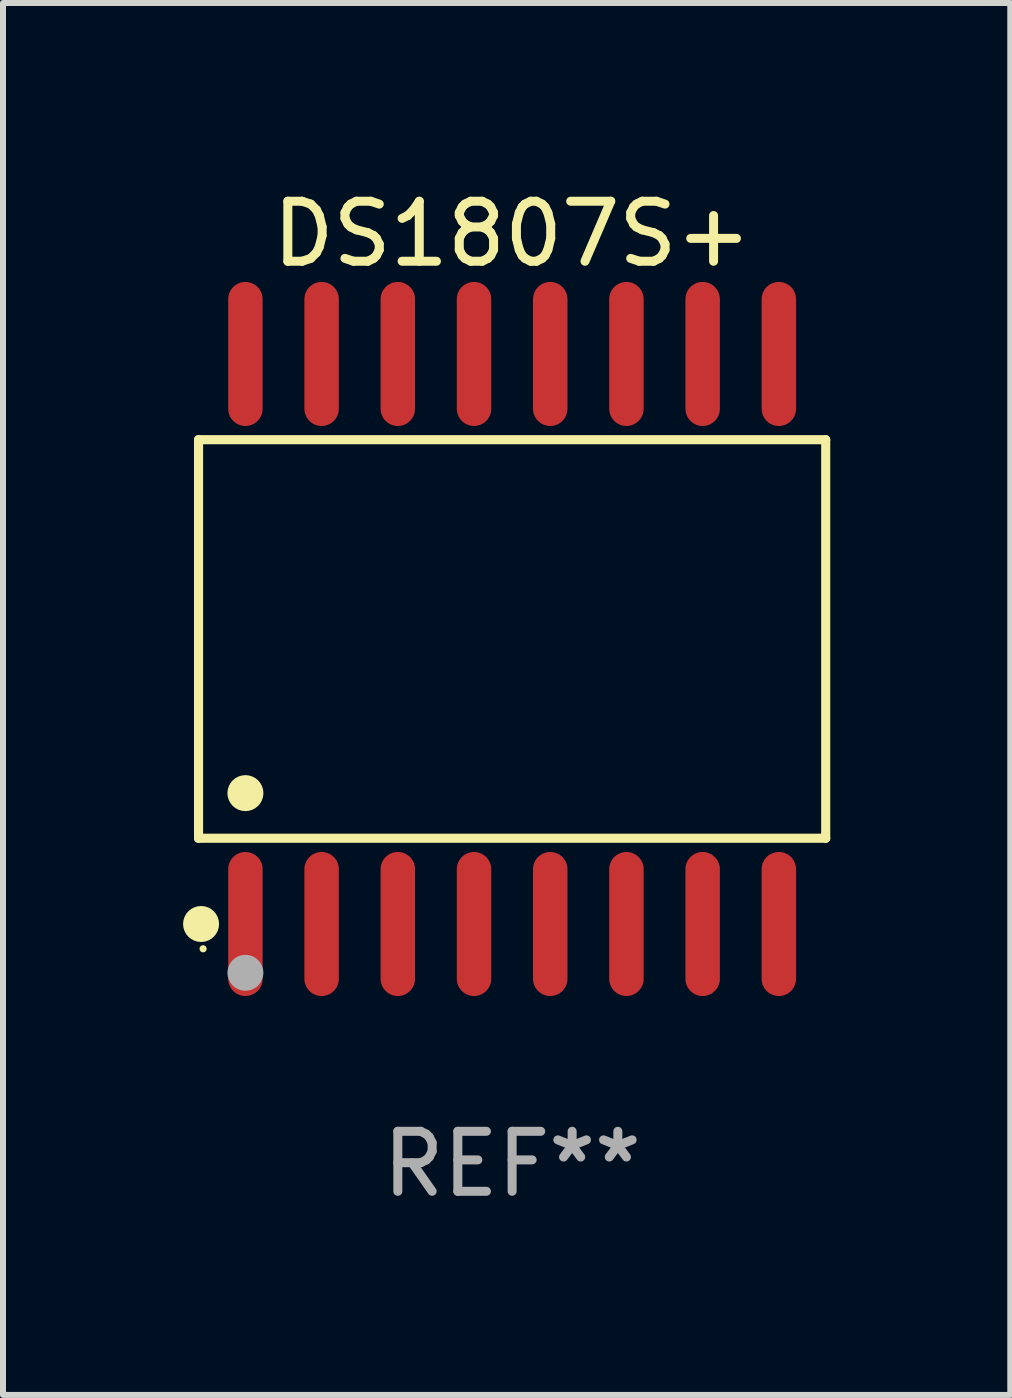
<source format=kicad_pcb>
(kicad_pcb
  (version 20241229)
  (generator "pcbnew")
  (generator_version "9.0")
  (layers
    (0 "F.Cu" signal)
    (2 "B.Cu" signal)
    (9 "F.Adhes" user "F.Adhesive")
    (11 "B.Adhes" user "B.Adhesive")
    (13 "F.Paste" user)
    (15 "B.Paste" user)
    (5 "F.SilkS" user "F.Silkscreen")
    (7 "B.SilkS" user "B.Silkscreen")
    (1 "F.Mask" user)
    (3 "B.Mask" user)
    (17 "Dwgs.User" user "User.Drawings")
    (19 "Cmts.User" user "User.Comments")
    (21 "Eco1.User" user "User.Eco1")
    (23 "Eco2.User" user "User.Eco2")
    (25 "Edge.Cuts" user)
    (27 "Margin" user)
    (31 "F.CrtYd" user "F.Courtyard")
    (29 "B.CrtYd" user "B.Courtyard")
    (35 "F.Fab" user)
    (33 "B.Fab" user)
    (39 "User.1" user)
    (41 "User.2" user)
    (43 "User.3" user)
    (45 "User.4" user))
  (footprint "DS1807S+"
    (layer "F.Cu")
    (at 5.485 7.599)
    (property "Reference" "DS1807S+" (at 0 -6.75 0) (layer "F.SilkS") (effects (font (size 1 1) (thickness 0.15))))
    (attr through_hole)
    (fp_line (start -5.226 -3.321) (end 5.226 -3.321) (stroke (width 0.152) (type solid)) (layer "F.SilkS"))
    (fp_line (start -5.226 3.321) (end -5.226 -3.321) (stroke (width 0.152) (type solid)) (layer "F.SilkS"))
    (fp_line (start 5.226 -3.321) (end 5.226 3.321) (stroke (width 0.152) (type solid)) (layer "F.SilkS"))
    (fp_line (start 5.226 3.321) (end -5.226 3.321) (stroke (width 0.152) (type solid)) (layer "F.SilkS"))
    (fp_circle (center -5.184 4.75) (end -5.034 4.75) (stroke (width 0.3) (type solid)) (fill no) (layer "F.SilkS"))
    (fp_circle (center -5.15 5.163) (end -5.12 5.163) (stroke (width 0.06) (type solid)) (fill no) (layer "F.SilkS"))
    (fp_circle (center -4.445 2.569) (end -4.295 2.569) (stroke (width 0.3) (type solid)) (fill no) (layer "F.SilkS"))
    (fp_circle (center -4.445 5.563) (end -4.295 5.563) (stroke (width 0.3) (type solid)) (fill no) (layer "F.Fab"))
    (fp_text user "REF**" (at 0 8.75 0) (layer "F.Fab") (effects (font (size 1 1) (thickness 0.15))))
    (pad "1" smd oval (at -4.445 4.75) (size 0.574 2.401) (layers "F.Cu" "F.Mask" "F.Paste"))
    (pad "2" smd oval (at -3.175 4.75) (size 0.574 2.401) (layers "F.Cu" "F.Mask" "F.Paste"))
    (pad "3" smd oval (at -1.905 4.75) (size 0.574 2.401) (layers "F.Cu" "F.Mask" "F.Paste"))
    (pad "4" smd oval (at -0.635 4.75) (size 0.574 2.401) (layers "F.Cu" "F.Mask" "F.Paste"))
    (pad "5" smd oval (at 0.635 4.75) (size 0.574 2.401) (layers "F.Cu" "F.Mask" "F.Paste"))
    (pad "6" smd oval (at 1.905 4.75) (size 0.574 2.401) (layers "F.Cu" "F.Mask" "F.Paste"))
    (pad "7" smd oval (at 3.175 4.75) (size 0.574 2.401) (layers "F.Cu" "F.Mask" "F.Paste"))
    (pad "8" smd oval (at 4.445 4.75) (size 0.574 2.401) (layers "F.Cu" "F.Mask" "F.Paste"))
    (pad "9" smd oval (at 4.445 -4.75) (size 0.574 2.401) (layers "F.Cu" "F.Mask" "F.Paste"))
    (pad "10" smd oval (at 3.175 -4.75) (size 0.574 2.401) (layers "F.Cu" "F.Mask" "F.Paste"))
    (pad "11" smd oval (at 1.905 -4.75) (size 0.574 2.401) (layers "F.Cu" "F.Mask" "F.Paste"))
    (pad "12" smd oval (at 0.635 -4.75) (size 0.574 2.401) (layers "F.Cu" "F.Mask" "F.Paste"))
    (pad "13" smd oval (at -0.635 -4.75) (size 0.574 2.401) (layers "F.Cu" "F.Mask" "F.Paste"))
    (pad "14" smd oval (at -1.905 -4.75) (size 0.574 2.401) (layers "F.Cu" "F.Mask" "F.Paste"))
    (pad "15" smd oval (at -3.175 -4.75) (size 0.574 2.401) (layers "F.Cu" "F.Mask" "F.Paste"))
    (pad "16" smd oval (at -4.445 -4.75) (size 0.574 2.401) (layers "F.Cu" "F.Mask" "F.Paste")))
  (gr_rect
    (start -3 -3)
    (end 13.787 20.197)
    (stroke (width 0.1) (type default))
    (fill no)
    (layer "Edge.Cuts")))
</source>
